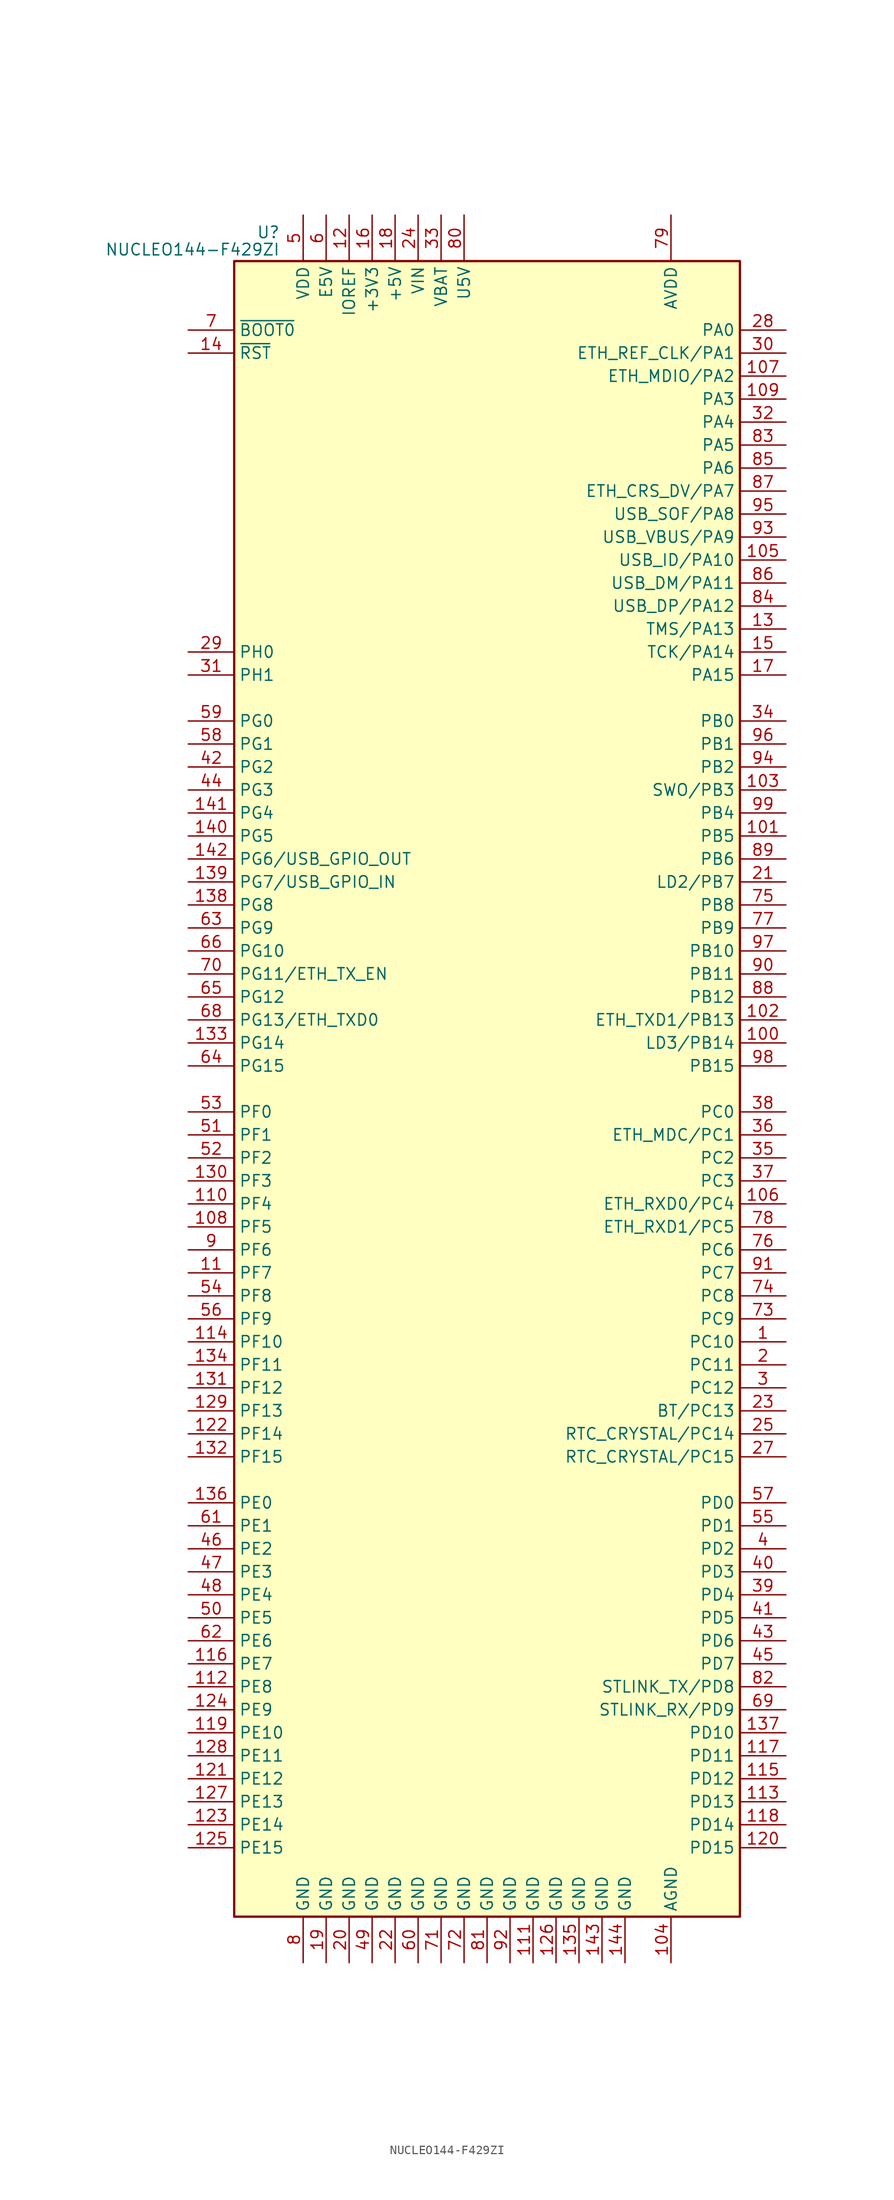
<source format=kicad_sym>
(kicad_symbol_lib
  (version 20241209)
  (generator "kicad_symbol_editor")
  (generator_version "9.0")
  (symbol "NUCLEO144-F429ZI"
    (property "Reference" "U"
      (at -22.86 94.615 0)
      (effects (font (size 1.27 1.27)) (justify right)))
    (property "Value" "NUCLEO144-F429ZI"
      (at -22.86 92.71 0)
      (effects (font (size 1.27 1.27)) (justify right)))
    (symbol "NUCLEO144-F429ZI_0_1"
      (rectangle (start -27.94 -91.44) (end 27.94 91.44) (stroke (width 0.254) (type default)) (fill (type background))))
    (symbol "NUCLEO144-F429ZI_1_1"
      (pin input line (at -33.02 83.82 0) (length 5.08) (name "~{BOOT0}" (effects (font (size 1.27 1.27)))) (number "7" (effects (font (size 1.27 1.27)))))
      (pin input line (at -33.02 81.28 0) (length 5.08) (name "~{RST}" (effects (font (size 1.27 1.27)))) (number "14" (effects (font (size 1.27 1.27)))))
      (pin bidirectional line (at -33.02 48.26 0) (length 5.08) (name "PH0" (effects (font (size 1.27 1.27)))) (number "29" (effects (font (size 1.27 1.27)))))
      (pin bidirectional line (at -33.02 45.72 0) (length 5.08) (name "PH1" (effects (font (size 1.27 1.27)))) (number "31" (effects (font (size 1.27 1.27)))))
      (pin bidirectional line (at -33.02 40.64 0) (length 5.08) (name "PG0" (effects (font (size 1.27 1.27)))) (number "59" (effects (font (size 1.27 1.27)))))
      (pin bidirectional line (at -33.02 38.1 0) (length 5.08) (name "PG1" (effects (font (size 1.27 1.27)))) (number "58" (effects (font (size 1.27 1.27)))))
      (pin bidirectional line (at -33.02 35.56 0) (length 5.08) (name "PG2" (effects (font (size 1.27 1.27)))) (number "42" (effects (font (size 1.27 1.27)))))
      (pin bidirectional line (at -33.02 33.02 0) (length 5.08) (name "PG3" (effects (font (size 1.27 1.27)))) (number "44" (effects (font (size 1.27 1.27)))))
      (pin bidirectional line (at -33.02 30.48 0) (length 5.08) (name "PG4" (effects (font (size 1.27 1.27)))) (number "141" (effects (font (size 1.27 1.27)))))
      (pin bidirectional line (at -33.02 27.94 0) (length 5.08) (name "PG5" (effects (font (size 1.27 1.27)))) (number "140" (effects (font (size 1.27 1.27)))))
      (pin bidirectional line (at -33.02 25.4 0) (length 5.08) (name "PG6/USB_GPIO_OUT" (effects (font (size 1.27 1.27)))) (number "142" (effects (font (size 1.27 1.27)))))
      (pin bidirectional line (at -33.02 22.86 0) (length 5.08) (name "PG7/USB_GPIO_IN" (effects (font (size 1.27 1.27)))) (number "139" (effects (font (size 1.27 1.27)))))
      (pin bidirectional line (at -33.02 20.32 0) (length 5.08) (name "PG8" (effects (font (size 1.27 1.27)))) (number "138" (effects (font (size 1.27 1.27)))))
      (pin bidirectional line (at -33.02 17.78 0) (length 5.08) (name "PG9" (effects (font (size 1.27 1.27)))) (number "63" (effects (font (size 1.27 1.27)))))
      (pin bidirectional line (at -33.02 15.24 0) (length 5.08) (name "PG10" (effects (font (size 1.27 1.27)))) (number "66" (effects (font (size 1.27 1.27)))))
      (pin bidirectional line (at -33.02 12.7 0) (length 5.08) (name "PG11/ETH_TX_EN" (effects (font (size 1.27 1.27)))) (number "70" (effects (font (size 1.27 1.27)))))
      (pin bidirectional line (at -33.02 10.16 0) (length 5.08) (name "PG12" (effects (font (size 1.27 1.27)))) (number "65" (effects (font (size 1.27 1.27)))))
      (pin bidirectional line (at -33.02 7.62 0) (length 5.08) (name "PG13/ETH_TXD0" (effects (font (size 1.27 1.27)))) (number "68" (effects (font (size 1.27 1.27)))))
      (pin bidirectional line (at -33.02 5.08 0) (length 5.08) (name "PG14" (effects (font (size 1.27 1.27)))) (number "133" (effects (font (size 1.27 1.27)))))
      (pin bidirectional line (at -33.02 2.54 0) (length 5.08) (name "PG15" (effects (font (size 1.27 1.27)))) (number "64" (effects (font (size 1.27 1.27)))))
      (pin bidirectional line (at -33.02 -2.54 0) (length 5.08) (name "PF0" (effects (font (size 1.27 1.27)))) (number "53" (effects (font (size 1.27 1.27)))))
      (pin bidirectional line (at -33.02 -5.08 0) (length 5.08) (name "PF1" (effects (font (size 1.27 1.27)))) (number "51" (effects (font (size 1.27 1.27)))))
      (pin bidirectional line (at -33.02 -7.62 0) (length 5.08) (name "PF2" (effects (font (size 1.27 1.27)))) (number "52" (effects (font (size 1.27 1.27)))))
      (pin bidirectional line (at -33.02 -10.16 0) (length 5.08) (name "PF3" (effects (font (size 1.27 1.27)))) (number "130" (effects (font (size 1.27 1.27)))))
      (pin bidirectional line (at -33.02 -12.7 0) (length 5.08) (name "PF4" (effects (font (size 1.27 1.27)))) (number "110" (effects (font (size 1.27 1.27)))))
      (pin bidirectional line (at -33.02 -15.24 0) (length 5.08) (name "PF5" (effects (font (size 1.27 1.27)))) (number "108" (effects (font (size 1.27 1.27)))))
      (pin bidirectional line (at -33.02 -17.78 0) (length 5.08) (name "PF6" (effects (font (size 1.27 1.27)))) (number "9" (effects (font (size 1.27 1.27)))))
      (pin bidirectional line (at -33.02 -20.32 0) (length 5.08) (name "PF7" (effects (font (size 1.27 1.27)))) (number "11" (effects (font (size 1.27 1.27)))))
      (pin bidirectional line (at -33.02 -22.86 0) (length 5.08) (name "PF8" (effects (font (size 1.27 1.27)))) (number "54" (effects (font (size 1.27 1.27)))))
      (pin bidirectional line (at -33.02 -25.4 0) (length 5.08) (name "PF9" (effects (font (size 1.27 1.27)))) (number "56" (effects (font (size 1.27 1.27)))))
      (pin bidirectional line (at -33.02 -27.94 0) (length 5.08) (name "PF10" (effects (font (size 1.27 1.27)))) (number "114" (effects (font (size 1.27 1.27)))))
      (pin bidirectional line (at -33.02 -30.48 0) (length 5.08) (name "PF11" (effects (font (size 1.27 1.27)))) (number "134" (effects (font (size 1.27 1.27)))))
      (pin bidirectional line (at -33.02 -33.02 0) (length 5.08) (name "PF12" (effects (font (size 1.27 1.27)))) (number "131" (effects (font (size 1.27 1.27)))))
      (pin bidirectional line (at -33.02 -35.56 0) (length 5.08) (name "PF13" (effects (font (size 1.27 1.27)))) (number "129" (effects (font (size 1.27 1.27)))))
      (pin bidirectional line (at -33.02 -38.1 0) (length 5.08) (name "PF14" (effects (font (size 1.27 1.27)))) (number "122" (effects (font (size 1.27 1.27)))))
      (pin bidirectional line (at -33.02 -40.64 0) (length 5.08) (name "PF15" (effects (font (size 1.27 1.27)))) (number "132" (effects (font (size 1.27 1.27)))))
      (pin bidirectional line (at -33.02 -45.72 0) (length 5.08) (name "PE0" (effects (font (size 1.27 1.27)))) (number "136" (effects (font (size 1.27 1.27)))))
      (pin bidirectional line (at -33.02 -48.26 0) (length 5.08) (name "PE1" (effects (font (size 1.27 1.27)))) (number "61" (effects (font (size 1.27 1.27)))))
      (pin bidirectional line (at -33.02 -50.8 0) (length 5.08) (name "PE2" (effects (font (size 1.27 1.27)))) (number "46" (effects (font (size 1.27 1.27)))))
      (pin bidirectional line (at -33.02 -53.34 0) (length 5.08) (name "PE3" (effects (font (size 1.27 1.27)))) (number "47" (effects (font (size 1.27 1.27)))))
      (pin bidirectional line (at -33.02 -55.88 0) (length 5.08) (name "PE4" (effects (font (size 1.27 1.27)))) (number "48" (effects (font (size 1.27 1.27)))))
      (pin bidirectional line (at -33.02 -58.42 0) (length 5.08) (name "PE5" (effects (font (size 1.27 1.27)))) (number "50" (effects (font (size 1.27 1.27)))))
      (pin bidirectional line (at -33.02 -60.96 0) (length 5.08) (name "PE6" (effects (font (size 1.27 1.27)))) (number "62" (effects (font (size 1.27 1.27)))))
      (pin bidirectional line (at -33.02 -63.5 0) (length 5.08) (name "PE7" (effects (font (size 1.27 1.27)))) (number "116" (effects (font (size 1.27 1.27)))))
      (pin bidirectional line (at -33.02 -66.04 0) (length 5.08) (name "PE8" (effects (font (size 1.27 1.27)))) (number "112" (effects (font (size 1.27 1.27)))))
      (pin bidirectional line (at -33.02 -68.58 0) (length 5.08) (name "PE9" (effects (font (size 1.27 1.27)))) (number "124" (effects (font (size 1.27 1.27)))))
      (pin bidirectional line (at -33.02 -71.12 0) (length 5.08) (name "PE10" (effects (font (size 1.27 1.27)))) (number "119" (effects (font (size 1.27 1.27)))))
      (pin bidirectional line (at -33.02 -73.66 0) (length 5.08) (name "PE11" (effects (font (size 1.27 1.27)))) (number "128" (effects (font (size 1.27 1.27)))))
      (pin bidirectional line (at -33.02 -76.2 0) (length 5.08) (name "PE12" (effects (font (size 1.27 1.27)))) (number "121" (effects (font (size 1.27 1.27)))))
      (pin bidirectional line (at -33.02 -78.74 0) (length 5.08) (name "PE13" (effects (font (size 1.27 1.27)))) (number "127" (effects (font (size 1.27 1.27)))))
      (pin bidirectional line (at -33.02 -81.28 0) (length 5.08) (name "PE14" (effects (font (size 1.27 1.27)))) (number "123" (effects (font (size 1.27 1.27)))))
      (pin bidirectional line (at -33.02 -83.82 0) (length 5.08) (name "PE15" (effects (font (size 1.27 1.27)))) (number "125" (effects (font (size 1.27 1.27)))))
      (pin no_connect line (at -27.94 58.42 0) (length 5.08) (hide yes) (name "NC" (effects (font (size 1.27 1.27)))) (number "26" (effects (font (size 1.27 1.27)))))
      (pin no_connect line (at -27.94 55.88 0) (length 5.08) (hide yes) (name "NC" (effects (font (size 1.27 1.27)))) (number "10" (effects (font (size 1.27 1.27)))))
      (pin no_connect line (at -27.94 53.34 0) (length 5.08) (hide yes) (name "NC" (effects (font (size 1.27 1.27)))) (number "67" (effects (font (size 1.27 1.27)))))
      (pin power_in line (at -20.32 96.52 270) (length 5.08) (name "VDD" (effects (font (size 1.27 1.27)))) (number "5" (effects (font (size 1.27 1.27)))))
      (pin power_in line (at -20.32 -96.52 90) (length 5.08) (name "GND" (effects (font (size 1.27 1.27)))) (number "8" (effects (font (size 1.27 1.27)))))
      (pin power_in line (at -17.78 96.52 270) (length 5.08) (name "E5V" (effects (font (size 1.27 1.27)))) (number "6" (effects (font (size 1.27 1.27)))))
      (pin power_in line (at -17.78 -96.52 90) (length 5.08) (name "GND" (effects (font (size 1.27 1.27)))) (number "19" (effects (font (size 1.27 1.27)))))
      (pin power_in line (at -15.24 96.52 270) (length 5.08) (name "IOREF" (effects (font (size 1.27 1.27)))) (number "12" (effects (font (size 1.27 1.27)))))
      (pin power_in line (at -15.24 -96.52 90) (length 5.08) (name "GND" (effects (font (size 1.27 1.27)))) (number "20" (effects (font (size 1.27 1.27)))))
      (pin power_in line (at -12.7 96.52 270) (length 5.08) (name "+3V3" (effects (font (size 1.27 1.27)))) (number "16" (effects (font (size 1.27 1.27)))))
      (pin power_in line (at -12.7 -96.52 90) (length 5.08) (name "GND" (effects (font (size 1.27 1.27)))) (number "49" (effects (font (size 1.27 1.27)))))
      (pin power_in line (at -10.16 96.52 270) (length 5.08) (name "+5V" (effects (font (size 1.27 1.27)))) (number "18" (effects (font (size 1.27 1.27)))))
      (pin power_in line (at -10.16 -96.52 90) (length 5.08) (name "GND" (effects (font (size 1.27 1.27)))) (number "22" (effects (font (size 1.27 1.27)))))
      (pin power_in line (at -7.62 96.52 270) (length 5.08) (name "VIN" (effects (font (size 1.27 1.27)))) (number "24" (effects (font (size 1.27 1.27)))))
      (pin power_in line (at -7.62 -96.52 90) (length 5.08) (name "GND" (effects (font (size 1.27 1.27)))) (number "60" (effects (font (size 1.27 1.27)))))
      (pin power_in line (at -5.08 96.52 270) (length 5.08) (name "VBAT" (effects (font (size 1.27 1.27)))) (number "33" (effects (font (size 1.27 1.27)))))
      (pin power_in line (at -5.08 -96.52 90) (length 5.08) (name "GND" (effects (font (size 1.27 1.27)))) (number "71" (effects (font (size 1.27 1.27)))))
      (pin power_in line (at -2.54 96.52 270) (length 5.08) (name "U5V" (effects (font (size 1.27 1.27)))) (number "80" (effects (font (size 1.27 1.27)))))
      (pin power_in line (at -2.54 -96.52 90) (length 5.08) (name "GND" (effects (font (size 1.27 1.27)))) (number "72" (effects (font (size 1.27 1.27)))))
      (pin power_in line (at 0 -96.52 90) (length 5.08) (name "GND" (effects (font (size 1.27 1.27)))) (number "81" (effects (font (size 1.27 1.27)))))
      (pin power_in line (at 2.54 -96.52 90) (length 5.08) (name "GND" (effects (font (size 1.27 1.27)))) (number "92" (effects (font (size 1.27 1.27)))))
      (pin power_in line (at 5.08 -96.52 90) (length 5.08) (name "GND" (effects (font (size 1.27 1.27)))) (number "111" (effects (font (size 1.27 1.27)))))
      (pin power_in line (at 7.62 -96.52 90) (length 5.08) (name "GND" (effects (font (size 1.27 1.27)))) (number "126" (effects (font (size 1.27 1.27)))))
      (pin power_in line (at 10.16 -96.52 90) (length 5.08) (name "GND" (effects (font (size 1.27 1.27)))) (number "135" (effects (font (size 1.27 1.27)))))
      (pin power_in line (at 12.7 -96.52 90) (length 5.08) (name "GND" (effects (font (size 1.27 1.27)))) (number "143" (effects (font (size 1.27 1.27)))))
      (pin power_in line (at 15.24 -96.52 90) (length 5.08) (name "GND" (effects (font (size 1.27 1.27)))) (number "144" (effects (font (size 1.27 1.27)))))
      (pin power_in line (at 20.32 96.52 270) (length 5.08) (name "AVDD" (effects (font (size 1.27 1.27)))) (number "79" (effects (font (size 1.27 1.27)))))
      (pin power_in line (at 20.32 -96.52 90) (length 5.08) (name "AGND" (effects (font (size 1.27 1.27)))) (number "104" (effects (font (size 1.27 1.27)))))
      (pin bidirectional line (at 33.02 83.82 180) (length 5.08) (name "PA0" (effects (font (size 1.27 1.27)))) (number "28" (effects (font (size 1.27 1.27)))))
      (pin bidirectional line (at 33.02 81.28 180) (length 5.08) (name "ETH_REF_CLK/PA1" (effects (font (size 1.27 1.27)))) (number "30" (effects (font (size 1.27 1.27)))))
      (pin bidirectional line (at 33.02 78.74 180) (length 5.08) (name "ETH_MDIO/PA2" (effects (font (size 1.27 1.27)))) (number "107" (effects (font (size 1.27 1.27)))))
      (pin bidirectional line (at 33.02 76.2 180) (length 5.08) (name "PA3" (effects (font (size 1.27 1.27)))) (number "109" (effects (font (size 1.27 1.27)))))
      (pin bidirectional line (at 33.02 73.66 180) (length 5.08) (name "PA4" (effects (font (size 1.27 1.27)))) (number "32" (effects (font (size 1.27 1.27)))))
      (pin bidirectional line (at 33.02 71.12 180) (length 5.08) (name "PA5" (effects (font (size 1.27 1.27)))) (number "83" (effects (font (size 1.27 1.27)))))
      (pin bidirectional line (at 33.02 68.58 180) (length 5.08) (name "PA6" (effects (font (size 1.27 1.27)))) (number "85" (effects (font (size 1.27 1.27)))))
      (pin bidirectional line (at 33.02 66.04 180) (length 5.08) (name "ETH_CRS_DV/PA7" (effects (font (size 1.27 1.27)))) (number "87" (effects (font (size 1.27 1.27)))))
      (pin bidirectional line (at 33.02 63.5 180) (length 5.08) (name "USB_SOF/PA8" (effects (font (size 1.27 1.27)))) (number "95" (effects (font (size 1.27 1.27)))))
      (pin bidirectional line (at 33.02 60.96 180) (length 5.08) (name "USB_VBUS/PA9" (effects (font (size 1.27 1.27)))) (number "93" (effects (font (size 1.27 1.27)))))
      (pin bidirectional line (at 33.02 58.42 180) (length 5.08) (name "USB_ID/PA10" (effects (font (size 1.27 1.27)))) (number "105" (effects (font (size 1.27 1.27)))))
      (pin bidirectional line (at 33.02 55.88 180) (length 5.08) (name "USB_DM/PA11" (effects (font (size 1.27 1.27)))) (number "86" (effects (font (size 1.27 1.27)))))
      (pin bidirectional line (at 33.02 53.34 180) (length 5.08) (name "USB_DP/PA12" (effects (font (size 1.27 1.27)))) (number "84" (effects (font (size 1.27 1.27)))))
      (pin bidirectional line (at 33.02 50.8 180) (length 5.08) (name "TMS/PA13" (effects (font (size 1.27 1.27)))) (number "13" (effects (font (size 1.27 1.27)))))
      (pin bidirectional line (at 33.02 48.26 180) (length 5.08) (name "TCK/PA14" (effects (font (size 1.27 1.27)))) (number "15" (effects (font (size 1.27 1.27)))))
      (pin bidirectional line (at 33.02 45.72 180) (length 5.08) (name "PA15" (effects (font (size 1.27 1.27)))) (number "17" (effects (font (size 1.27 1.27)))))
      (pin bidirectional line (at 33.02 40.64 180) (length 5.08) (name "PB0" (effects (font (size 1.27 1.27)))) (number "34" (effects (font (size 1.27 1.27)))))
      (pin bidirectional line (at 33.02 38.1 180) (length 5.08) (name "PB1" (effects (font (size 1.27 1.27)))) (number "96" (effects (font (size 1.27 1.27)))))
      (pin bidirectional line (at 33.02 35.56 180) (length 5.08) (name "PB2" (effects (font (size 1.27 1.27)))) (number "94" (effects (font (size 1.27 1.27)))))
      (pin bidirectional line (at 33.02 33.02 180) (length 5.08) (name "SWO/PB3" (effects (font (size 1.27 1.27)))) (number "103" (effects (font (size 1.27 1.27)))))
      (pin bidirectional line (at 33.02 30.48 180) (length 5.08) (name "PB4" (effects (font (size 1.27 1.27)))) (number "99" (effects (font (size 1.27 1.27)))))
      (pin bidirectional line (at 33.02 27.94 180) (length 5.08) (name "PB5" (effects (font (size 1.27 1.27)))) (number "101" (effects (font (size 1.27 1.27)))))
      (pin bidirectional line (at 33.02 25.4 180) (length 5.08) (name "PB6" (effects (font (size 1.27 1.27)))) (number "89" (effects (font (size 1.27 1.27)))))
      (pin bidirectional line (at 33.02 22.86 180) (length 5.08) (name "LD2/PB7" (effects (font (size 1.27 1.27)))) (number "21" (effects (font (size 1.27 1.27)))))
      (pin bidirectional line (at 33.02 20.32 180) (length 5.08) (name "PB8" (effects (font (size 1.27 1.27)))) (number "75" (effects (font (size 1.27 1.27)))))
      (pin bidirectional line (at 33.02 17.78 180) (length 5.08) (name "PB9" (effects (font (size 1.27 1.27)))) (number "77" (effects (font (size 1.27 1.27)))))
      (pin bidirectional line (at 33.02 15.24 180) (length 5.08) (name "PB10" (effects (font (size 1.27 1.27)))) (number "97" (effects (font (size 1.27 1.27)))))
      (pin bidirectional line (at 33.02 12.7 180) (length 5.08) (name "PB11" (effects (font (size 1.27 1.27)))) (number "90" (effects (font (size 1.27 1.27)))))
      (pin bidirectional line (at 33.02 10.16 180) (length 5.08) (name "PB12" (effects (font (size 1.27 1.27)))) (number "88" (effects (font (size 1.27 1.27)))))
      (pin bidirectional line (at 33.02 7.62 180) (length 5.08) (name "ETH_TXD1/PB13" (effects (font (size 1.27 1.27)))) (number "102" (effects (font (size 1.27 1.27)))))
      (pin bidirectional line (at 33.02 5.08 180) (length 5.08) (name "LD3/PB14" (effects (font (size 1.27 1.27)))) (number "100" (effects (font (size 1.27 1.27)))))
      (pin bidirectional line (at 33.02 2.54 180) (length 5.08) (name "PB15" (effects (font (size 1.27 1.27)))) (number "98" (effects (font (size 1.27 1.27)))))
      (pin bidirectional line (at 33.02 -2.54 180) (length 5.08) (name "PC0" (effects (font (size 1.27 1.27)))) (number "38" (effects (font (size 1.27 1.27)))))
      (pin bidirectional line (at 33.02 -5.08 180) (length 5.08) (name "ETH_MDC/PC1" (effects (font (size 1.27 1.27)))) (number "36" (effects (font (size 1.27 1.27)))))
      (pin bidirectional line (at 33.02 -7.62 180) (length 5.08) (name "PC2" (effects (font (size 1.27 1.27)))) (number "35" (effects (font (size 1.27 1.27)))))
      (pin bidirectional line (at 33.02 -10.16 180) (length 5.08) (name "PC3" (effects (font (size 1.27 1.27)))) (number "37" (effects (font (size 1.27 1.27)))))
      (pin bidirectional line (at 33.02 -12.7 180) (length 5.08) (name "ETH_RXD0/PC4" (effects (font (size 1.27 1.27)))) (number "106" (effects (font (size 1.27 1.27)))))
      (pin bidirectional line (at 33.02 -15.24 180) (length 5.08) (name "ETH_RXD1/PC5" (effects (font (size 1.27 1.27)))) (number "78" (effects (font (size 1.27 1.27)))))
      (pin bidirectional line (at 33.02 -17.78 180) (length 5.08) (name "PC6" (effects (font (size 1.27 1.27)))) (number "76" (effects (font (size 1.27 1.27)))))
      (pin bidirectional line (at 33.02 -20.32 180) (length 5.08) (name "PC7" (effects (font (size 1.27 1.27)))) (number "91" (effects (font (size 1.27 1.27)))))
      (pin bidirectional line (at 33.02 -22.86 180) (length 5.08) (name "PC8" (effects (font (size 1.27 1.27)))) (number "74" (effects (font (size 1.27 1.27)))))
      (pin bidirectional line (at 33.02 -25.4 180) (length 5.08) (name "PC9" (effects (font (size 1.27 1.27)))) (number "73" (effects (font (size 1.27 1.27)))))
      (pin bidirectional line (at 33.02 -27.94 180) (length 5.08) (name "PC10" (effects (font (size 1.27 1.27)))) (number "1" (effects (font (size 1.27 1.27)))))
      (pin bidirectional line (at 33.02 -30.48 180) (length 5.08) (name "PC11" (effects (font (size 1.27 1.27)))) (number "2" (effects (font (size 1.27 1.27)))))
      (pin bidirectional line (at 33.02 -33.02 180) (length 5.08) (name "PC12" (effects (font (size 1.27 1.27)))) (number "3" (effects (font (size 1.27 1.27)))))
      (pin bidirectional line (at 33.02 -35.56 180) (length 5.08) (name "BT/PC13" (effects (font (size 1.27 1.27)))) (number "23" (effects (font (size 1.27 1.27)))))
      (pin bidirectional line (at 33.02 -38.1 180) (length 5.08) (name "RTC_CRYSTAL/PC14" (effects (font (size 1.27 1.27)))) (number "25" (effects (font (size 1.27 1.27)))))
      (pin bidirectional line (at 33.02 -40.64 180) (length 5.08) (name "RTC_CRYSTAL/PC15" (effects (font (size 1.27 1.27)))) (number "27" (effects (font (size 1.27 1.27)))))
      (pin bidirectional line (at 33.02 -45.72 180) (length 5.08) (name "PD0" (effects (font (size 1.27 1.27)))) (number "57" (effects (font (size 1.27 1.27)))))
      (pin bidirectional line (at 33.02 -48.26 180) (length 5.08) (name "PD1" (effects (font (size 1.27 1.27)))) (number "55" (effects (font (size 1.27 1.27)))))
      (pin bidirectional line (at 33.02 -50.8 180) (length 5.08) (name "PD2" (effects (font (size 1.27 1.27)))) (number "4" (effects (font (size 1.27 1.27)))))
      (pin bidirectional line (at 33.02 -53.34 180) (length 5.08) (name "PD3" (effects (font (size 1.27 1.27)))) (number "40" (effects (font (size 1.27 1.27)))))
      (pin bidirectional line (at 33.02 -55.88 180) (length 5.08) (name "PD4" (effects (font (size 1.27 1.27)))) (number "39" (effects (font (size 1.27 1.27)))))
      (pin bidirectional line (at 33.02 -58.42 180) (length 5.08) (name "PD5" (effects (font (size 1.27 1.27)))) (number "41" (effects (font (size 1.27 1.27)))))
      (pin bidirectional line (at 33.02 -60.96 180) (length 5.08) (name "PD6" (effects (font (size 1.27 1.27)))) (number "43" (effects (font (size 1.27 1.27)))))
      (pin bidirectional line (at 33.02 -63.5 180) (length 5.08) (name "PD7" (effects (font (size 1.27 1.27)))) (number "45" (effects (font (size 1.27 1.27)))))
      (pin bidirectional line (at 33.02 -66.04 180) (length 5.08) (name "STLINK_TX/PD8" (effects (font (size 1.27 1.27)))) (number "82" (effects (font (size 1.27 1.27)))))
      (pin bidirectional line (at 33.02 -68.58 180) (length 5.08) (name "STLINK_RX/PD9" (effects (font (size 1.27 1.27)))) (number "69" (effects (font (size 1.27 1.27)))))
      (pin bidirectional line (at 33.02 -71.12 180) (length 5.08) (name "PD10" (effects (font (size 1.27 1.27)))) (number "137" (effects (font (size 1.27 1.27)))))
      (pin bidirectional line (at 33.02 -73.66 180) (length 5.08) (name "PD11" (effects (font (size 1.27 1.27)))) (number "117" (effects (font (size 1.27 1.27)))))
      (pin bidirectional line (at 33.02 -76.2 180) (length 5.08) (name "PD12" (effects (font (size 1.27 1.27)))) (number "115" (effects (font (size 1.27 1.27)))))
      (pin bidirectional line (at 33.02 -78.74 180) (length 5.08) (name "PD13" (effects (font (size 1.27 1.27)))) (number "113" (effects (font (size 1.27 1.27)))))
      (pin bidirectional line (at 33.02 -81.28 180) (length 5.08) (name "PD14" (effects (font (size 1.27 1.27)))) (number "118" (effects (font (size 1.27 1.27)))))
      (pin bidirectional line (at 33.02 -83.82 180) (length 5.08) (name "PD15" (effects (font (size 1.27 1.27)))) (number "120" (effects (font (size 1.27 1.27))))))))
</source>
